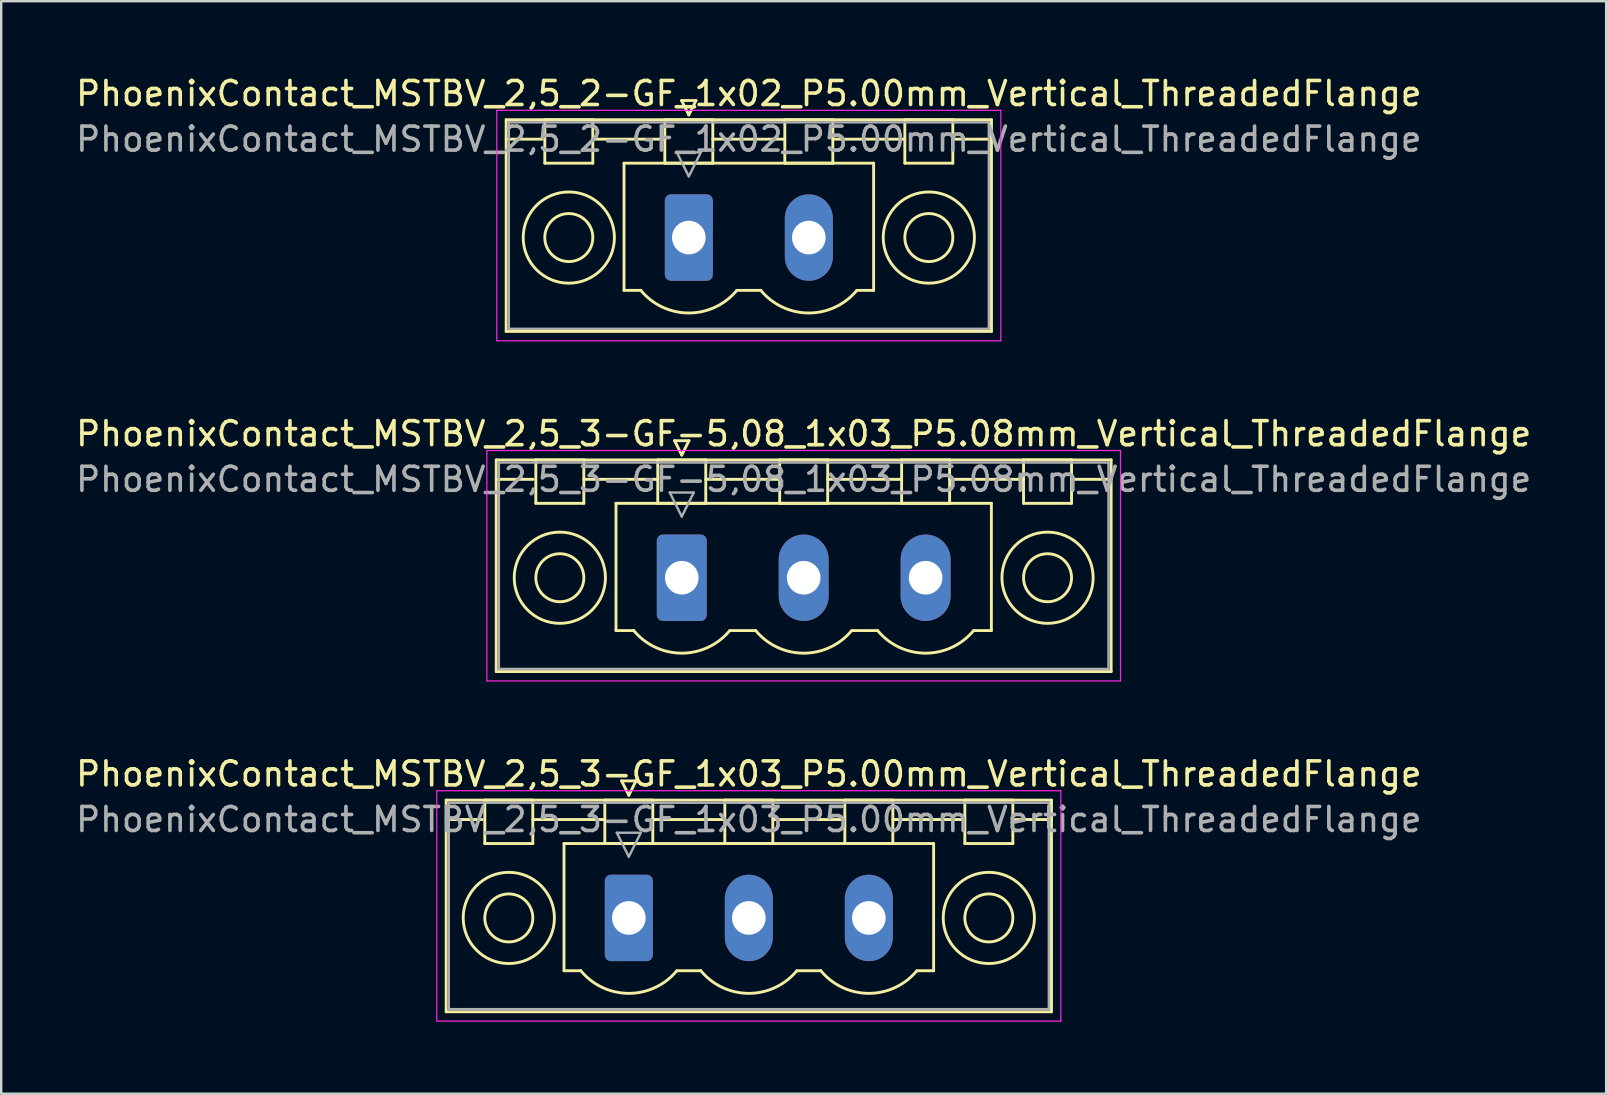
<source format=kicad_pcb>
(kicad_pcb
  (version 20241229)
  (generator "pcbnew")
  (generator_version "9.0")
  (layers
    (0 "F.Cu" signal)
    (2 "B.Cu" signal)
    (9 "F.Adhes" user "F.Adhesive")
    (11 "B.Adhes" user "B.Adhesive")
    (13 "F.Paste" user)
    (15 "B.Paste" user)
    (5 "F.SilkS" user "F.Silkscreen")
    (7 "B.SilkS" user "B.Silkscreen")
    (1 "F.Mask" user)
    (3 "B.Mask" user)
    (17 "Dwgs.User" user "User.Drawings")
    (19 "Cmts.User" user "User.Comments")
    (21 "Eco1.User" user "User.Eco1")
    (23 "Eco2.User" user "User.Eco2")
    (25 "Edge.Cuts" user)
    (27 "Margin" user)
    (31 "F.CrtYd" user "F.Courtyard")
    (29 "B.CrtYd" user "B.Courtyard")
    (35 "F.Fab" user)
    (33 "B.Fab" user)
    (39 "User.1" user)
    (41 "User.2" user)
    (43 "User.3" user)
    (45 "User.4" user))
  (footprint "PhoenixContact_MSTBV_2,5_2-GF_1x02_P5.00mm_Vertical_ThreadedFlange"
    (layer "F.Cu")
    (at 25.649 6.848)
    (property "Reference" "PhoenixContact_MSTBV_2,5_2-GF_1x02_P5.00mm_Vertical_ThreadedFlange" (at 2.5 -6 0) (layer "F.SilkS") (effects (font (size 1 1) (thickness 0.15))))
    (attr through_hole)
    (fp_line (start -7.61 -4.91) (end -7.61 3.91) (stroke (width 0.12) (type solid)) (layer "F.SilkS"))
    (fp_line (start -7.61 -4.1) (end -6.11 -4.1) (stroke (width 0.12) (type solid)) (layer "F.SilkS"))
    (fp_line (start -7.61 3.91) (end 12.61 3.91) (stroke (width 0.12) (type solid)) (layer "F.SilkS"))
    (fp_line (start -6 -4.91) (end -4 -4.91) (stroke (width 0.12) (type solid)) (layer "F.SilkS"))
    (fp_line (start -6 -3.1) (end -6 -4.91) (stroke (width 0.12) (type solid)) (layer "F.SilkS"))
    (fp_line (start -4 -4.91) (end -4 -3.1) (stroke (width 0.12) (type solid)) (layer "F.SilkS"))
    (fp_line (start -4 -4.1) (end -1 -4.1) (stroke (width 0.12) (type solid)) (layer "F.SilkS"))
    (fp_line (start -4 -3.1) (end -6 -3.1) (stroke (width 0.12) (type solid)) (layer "F.SilkS"))
    (fp_line (start -2.7 -3.1) (end 7.7 -3.1) (stroke (width 0.12) (type solid)) (layer "F.SilkS"))
    (fp_line (start -2.7 2.2) (end -2.7 -3.1) (stroke (width 0.12) (type solid)) (layer "F.SilkS"))
    (fp_line (start -2 2.2) (end -2.7 2.2) (stroke (width 0.12) (type solid)) (layer "F.SilkS"))
    (fp_line (start -1 -4.91) (end 1 -4.91) (stroke (width 0.12) (type solid)) (layer "F.SilkS"))
    (fp_line (start -1 -3.1) (end -1 -4.91) (stroke (width 0.12) (type solid)) (layer "F.SilkS"))
    (fp_line (start -0.3 -5.71) (end 0.3 -5.71) (stroke (width 0.12) (type solid)) (layer "F.SilkS"))
    (fp_line (start 0 -5.11) (end -0.3 -5.71) (stroke (width 0.12) (type solid)) (layer "F.SilkS"))
    (fp_line (start 0.3 -5.71) (end 0 -5.11) (stroke (width 0.12) (type solid)) (layer "F.SilkS"))
    (fp_line (start 1 -4.91) (end 1 -3.1) (stroke (width 0.12) (type solid)) (layer "F.SilkS"))
    (fp_line (start 1 -4.1) (end 4 -4.1) (stroke (width 0.12) (type solid)) (layer "F.SilkS"))
    (fp_line (start 1 -3.1) (end -1 -3.1) (stroke (width 0.12) (type solid)) (layer "F.SilkS"))
    (fp_line (start 2 2.2) (end 3 2.2) (stroke (width 0.12) (type solid)) (layer "F.SilkS"))
    (fp_line (start 4 -4.91) (end 6 -4.91) (stroke (width 0.12) (type solid)) (layer "F.SilkS"))
    (fp_line (start 4 -3.1) (end 4 -4.91) (stroke (width 0.12) (type solid)) (layer "F.SilkS"))
    (fp_line (start 6 -4.91) (end 6 -3.1) (stroke (width 0.12) (type solid)) (layer "F.SilkS"))
    (fp_line (start 6 -4.1) (end 9 -4.1) (stroke (width 0.12) (type solid)) (layer "F.SilkS"))
    (fp_line (start 6 -3.1) (end 4 -3.1) (stroke (width 0.12) (type solid)) (layer "F.SilkS"))
    (fp_line (start 7.7 -3.1) (end 7.7 2.2) (stroke (width 0.12) (type solid)) (layer "F.SilkS"))
    (fp_line (start 7.7 2.2) (end 7 2.2) (stroke (width 0.12) (type solid)) (layer "F.SilkS"))
    (fp_line (start 9 -4.91) (end 11 -4.91) (stroke (width 0.12) (type solid)) (layer "F.SilkS"))
    (fp_line (start 9 -3.1) (end 9 -4.91) (stroke (width 0.12) (type solid)) (layer "F.SilkS"))
    (fp_line (start 11 -4.91) (end 11 -3.1) (stroke (width 0.12) (type solid)) (layer "F.SilkS"))
    (fp_line (start 11 -3.1) (end 9 -3.1) (stroke (width 0.12) (type solid)) (layer "F.SilkS"))
    (fp_line (start 12.61 -4.91) (end -7.61 -4.91) (stroke (width 0.12) (type solid)) (layer "F.SilkS"))
    (fp_line (start 12.61 -4.1) (end 11.11 -4.1) (stroke (width 0.12) (type solid)) (layer "F.SilkS"))
    (fp_line (start 12.61 3.91) (end 12.61 -4.91) (stroke (width 0.12) (type solid)) (layer "F.SilkS"))
    (fp_arc (start 1.986842 2.215821) (mid -0.010289 3.142758) (end -2 2.2) (stroke (width 0.12) (type solid)) (layer "F.SilkS"))
    (fp_arc (start 6.986842 2.215821) (mid 4.989711 3.142758) (end 3 2.2) (stroke (width 0.12) (type solid)) (layer "F.SilkS"))
    (fp_circle (center -5 0) (end -4 0) (stroke (width 0.12) (type solid)) (fill no) (layer "F.SilkS"))
    (fp_circle (center -5 0) (end -3.1 0) (stroke (width 0.12) (type solid)) (fill no) (layer "F.SilkS"))
    (fp_circle (center 10 0) (end 11 0) (stroke (width 0.12) (type solid)) (fill no) (layer "F.SilkS"))
    (fp_circle (center 10 0) (end 11.9 0) (stroke (width 0.12) (type solid)) (fill no) (layer "F.SilkS"))
    (fp_line (start -8 -5.3) (end -8 4.3) (stroke (width 0.05) (type solid)) (layer "F.CrtYd"))
    (fp_line (start -8 4.3) (end 13 4.3) (stroke (width 0.05) (type solid)) (layer "F.CrtYd"))
    (fp_line (start 13 -5.3) (end -8 -5.3) (stroke (width 0.05) (type solid)) (layer "F.CrtYd"))
    (fp_line (start 13 4.3) (end 13 -5.3) (stroke (width 0.05) (type solid)) (layer "F.CrtYd"))
    (fp_line (start -7.5 -4.8) (end -7.5 3.8) (stroke (width 0.1) (type solid)) (layer "F.Fab"))
    (fp_line (start -7.5 3.8) (end 12.5 3.8) (stroke (width 0.1) (type solid)) (layer "F.Fab"))
    (fp_line (start -0.5 -3.55) (end 0.5 -3.55) (stroke (width 0.1) (type solid)) (layer "F.Fab"))
    (fp_line (start 0 -2.55) (end -0.5 -3.55) (stroke (width 0.1) (type solid)) (layer "F.Fab"))
    (fp_line (start 0.5 -3.55) (end 0 -2.55) (stroke (width 0.1) (type solid)) (layer "F.Fab"))
    (fp_line (start 12.5 -4.8) (end -7.5 -4.8) (stroke (width 0.1) (type solid)) (layer "F.Fab"))
    (fp_line (start 12.5 3.8) (end 12.5 -4.8) (stroke (width 0.1) (type solid)) (layer "F.Fab"))
    (fp_text user "${REFERENCE}" (at 2.5 -4.1 0) (layer "F.Fab") (effects (font (size 1 1) (thickness 0.15))))
    (pad "1" thru_hole roundrect (at 0 0) (size 2 3.6) (drill 1.4) (layers "*.Cu" "*.Mask") (roundrect_rratio 0.125))
    (pad "2" thru_hole oval (at 5 0) (size 2 3.6) (drill 1.4) (layers "*.Cu" "*.Mask")))
  (footprint "PhoenixContact_MSTBV_2,5_3-GF_1x03_P5.00mm_Vertical_ThreadedFlange"
    (layer "F.Cu")
    (at 23.149 35.195)
    (property "Reference" "PhoenixContact_MSTBV_2,5_3-GF_1x03_P5.00mm_Vertical_ThreadedFlange" (at 5 -6 0) (layer "F.SilkS") (effects (font (size 1 1) (thickness 0.15))))
    (attr through_hole)
    (fp_line (start -7.61 -4.91) (end -7.61 3.91) (stroke (width 0.12) (type solid)) (layer "F.SilkS"))
    (fp_line (start -7.61 -4.1) (end -6.11 -4.1) (stroke (width 0.12) (type solid)) (layer "F.SilkS"))
    (fp_line (start -7.61 3.91) (end 17.61 3.91) (stroke (width 0.12) (type solid)) (layer "F.SilkS"))
    (fp_line (start -6 -4.91) (end -4 -4.91) (stroke (width 0.12) (type solid)) (layer "F.SilkS"))
    (fp_line (start -6 -3.1) (end -6 -4.91) (stroke (width 0.12) (type solid)) (layer "F.SilkS"))
    (fp_line (start -4 -4.91) (end -4 -3.1) (stroke (width 0.12) (type solid)) (layer "F.SilkS"))
    (fp_line (start -4 -4.1) (end -1 -4.1) (stroke (width 0.12) (type solid)) (layer "F.SilkS"))
    (fp_line (start -4 -3.1) (end -6 -3.1) (stroke (width 0.12) (type solid)) (layer "F.SilkS"))
    (fp_line (start -2.7 -3.1) (end 12.7 -3.1) (stroke (width 0.12) (type solid)) (layer "F.SilkS"))
    (fp_line (start -2.7 2.2) (end -2.7 -3.1) (stroke (width 0.12) (type solid)) (layer "F.SilkS"))
    (fp_line (start -2 2.2) (end -2.7 2.2) (stroke (width 0.12) (type solid)) (layer "F.SilkS"))
    (fp_line (start -1 -4.91) (end 1 -4.91) (stroke (width 0.12) (type solid)) (layer "F.SilkS"))
    (fp_line (start -1 -3.1) (end -1 -4.91) (stroke (width 0.12) (type solid)) (layer "F.SilkS"))
    (fp_line (start -0.3 -5.71) (end 0.3 -5.71) (stroke (width 0.12) (type solid)) (layer "F.SilkS"))
    (fp_line (start 0 -5.11) (end -0.3 -5.71) (stroke (width 0.12) (type solid)) (layer "F.SilkS"))
    (fp_line (start 0.3 -5.71) (end 0 -5.11) (stroke (width 0.12) (type solid)) (layer "F.SilkS"))
    (fp_line (start 1 -4.91) (end 1 -3.1) (stroke (width 0.12) (type solid)) (layer "F.SilkS"))
    (fp_line (start 1 -4.1) (end 4 -4.1) (stroke (width 0.12) (type solid)) (layer "F.SilkS"))
    (fp_line (start 1 -3.1) (end -1 -3.1) (stroke (width 0.12) (type solid)) (layer "F.SilkS"))
    (fp_line (start 2 2.2) (end 3 2.2) (stroke (width 0.12) (type solid)) (layer "F.SilkS"))
    (fp_line (start 4 -4.91) (end 6 -4.91) (stroke (width 0.12) (type solid)) (layer "F.SilkS"))
    (fp_line (start 4 -3.1) (end 4 -4.91) (stroke (width 0.12) (type solid)) (layer "F.SilkS"))
    (fp_line (start 6 -4.91) (end 6 -3.1) (stroke (width 0.12) (type solid)) (layer "F.SilkS"))
    (fp_line (start 6 -4.1) (end 9 -4.1) (stroke (width 0.12) (type solid)) (layer "F.SilkS"))
    (fp_line (start 6 -3.1) (end 4 -3.1) (stroke (width 0.12) (type solid)) (layer "F.SilkS"))
    (fp_line (start 7 2.2) (end 8 2.2) (stroke (width 0.12) (type solid)) (layer "F.SilkS"))
    (fp_line (start 9 -4.91) (end 11 -4.91) (stroke (width 0.12) (type solid)) (layer "F.SilkS"))
    (fp_line (start 9 -3.1) (end 9 -4.91) (stroke (width 0.12) (type solid)) (layer "F.SilkS"))
    (fp_line (start 11 -4.91) (end 11 -3.1) (stroke (width 0.12) (type solid)) (layer "F.SilkS"))
    (fp_line (start 11 -4.1) (end 14 -4.1) (stroke (width 0.12) (type solid)) (layer "F.SilkS"))
    (fp_line (start 11 -3.1) (end 9 -3.1) (stroke (width 0.12) (type solid)) (layer "F.SilkS"))
    (fp_line (start 12.7 -3.1) (end 12.7 2.2) (stroke (width 0.12) (type solid)) (layer "F.SilkS"))
    (fp_line (start 12.7 2.2) (end 12 2.2) (stroke (width 0.12) (type solid)) (layer "F.SilkS"))
    (fp_line (start 14 -4.91) (end 16 -4.91) (stroke (width 0.12) (type solid)) (layer "F.SilkS"))
    (fp_line (start 14 -3.1) (end 14 -4.91) (stroke (width 0.12) (type solid)) (layer "F.SilkS"))
    (fp_line (start 16 -4.91) (end 16 -3.1) (stroke (width 0.12) (type solid)) (layer "F.SilkS"))
    (fp_line (start 16 -3.1) (end 14 -3.1) (stroke (width 0.12) (type solid)) (layer "F.SilkS"))
    (fp_line (start 17.61 -4.91) (end -7.61 -4.91) (stroke (width 0.12) (type solid)) (layer "F.SilkS"))
    (fp_line (start 17.61 -4.1) (end 16.11 -4.1) (stroke (width 0.12) (type solid)) (layer "F.SilkS"))
    (fp_line (start 17.61 3.91) (end 17.61 -4.91) (stroke (width 0.12) (type solid)) (layer "F.SilkS"))
    (fp_arc (start 1.986842 2.215821) (mid -0.010289 3.142758) (end -2 2.2) (stroke (width 0.12) (type solid)) (layer "F.SilkS"))
    (fp_arc (start 6.986842 2.215821) (mid 4.989711 3.142758) (end 3 2.2) (stroke (width 0.12) (type solid)) (layer "F.SilkS"))
    (fp_arc (start 11.986842 2.215821) (mid 9.989711 3.142758) (end 8 2.2) (stroke (width 0.12) (type solid)) (layer "F.SilkS"))
    (fp_circle (center -5 0) (end -4 0) (stroke (width 0.12) (type solid)) (fill no) (layer "F.SilkS"))
    (fp_circle (center -5 0) (end -3.1 0) (stroke (width 0.12) (type solid)) (fill no) (layer "F.SilkS"))
    (fp_circle (center 15 0) (end 16 0) (stroke (width 0.12) (type solid)) (fill no) (layer "F.SilkS"))
    (fp_circle (center 15 0) (end 16.9 0) (stroke (width 0.12) (type solid)) (fill no) (layer "F.SilkS"))
    (fp_line (start -8 -5.3) (end -8 4.3) (stroke (width 0.05) (type solid)) (layer "F.CrtYd"))
    (fp_line (start -8 4.3) (end 18 4.3) (stroke (width 0.05) (type solid)) (layer "F.CrtYd"))
    (fp_line (start 18 -5.3) (end -8 -5.3) (stroke (width 0.05) (type solid)) (layer "F.CrtYd"))
    (fp_line (start 18 4.3) (end 18 -5.3) (stroke (width 0.05) (type solid)) (layer "F.CrtYd"))
    (fp_line (start -7.5 -4.8) (end -7.5 3.8) (stroke (width 0.1) (type solid)) (layer "F.Fab"))
    (fp_line (start -7.5 3.8) (end 17.5 3.8) (stroke (width 0.1) (type solid)) (layer "F.Fab"))
    (fp_line (start -0.5 -3.55) (end 0.5 -3.55) (stroke (width 0.1) (type solid)) (layer "F.Fab"))
    (fp_line (start 0 -2.55) (end -0.5 -3.55) (stroke (width 0.1) (type solid)) (layer "F.Fab"))
    (fp_line (start 0.5 -3.55) (end 0 -2.55) (stroke (width 0.1) (type solid)) (layer "F.Fab"))
    (fp_line (start 17.5 -4.8) (end -7.5 -4.8) (stroke (width 0.1) (type solid)) (layer "F.Fab"))
    (fp_line (start 17.5 3.8) (end 17.5 -4.8) (stroke (width 0.1) (type solid)) (layer "F.Fab"))
    (fp_text user "${REFERENCE}" (at 5 -4.1 0) (layer "F.Fab") (effects (font (size 1 1) (thickness 0.15))))
    (pad "1" thru_hole roundrect (at 0 0) (size 2 3.6) (drill 1.4) (layers "*.Cu" "*.Mask") (roundrect_rratio 0.125))
    (pad "2" thru_hole oval (at 5 0) (size 2 3.6) (drill 1.4) (layers "*.Cu" "*.Mask"))
    (pad "3" thru_hole oval (at 10 0) (size 2 3.6) (drill 1.4) (layers "*.Cu" "*.Mask")))
  (footprint "PhoenixContact_MSTBV_2,5_3-GF-5,08_1x03_P5.08mm_Vertical_ThreadedFlange"
    (layer "F.Cu")
    (at 25.355 21.021)
    (property "Reference" "PhoenixContact_MSTBV_2,5_3-GF-5,08_1x03_P5.08mm_Vertical_ThreadedFlange" (at 5.08 -6 0) (layer "F.SilkS") (effects (font (size 1 1) (thickness 0.15))))
    (attr through_hole)
    (fp_line (start -7.73 -4.91) (end -7.73 3.91) (stroke (width 0.12) (type solid)) (layer "F.SilkS"))
    (fp_line (start -7.73 -4.1) (end -6.19 -4.1) (stroke (width 0.12) (type solid)) (layer "F.SilkS"))
    (fp_line (start -7.73 3.91) (end 17.89 3.91) (stroke (width 0.12) (type solid)) (layer "F.SilkS"))
    (fp_line (start -6.08 -4.91) (end -4.08 -4.91) (stroke (width 0.12) (type solid)) (layer "F.SilkS"))
    (fp_line (start -6.08 -3.1) (end -6.08 -4.91) (stroke (width 0.12) (type solid)) (layer "F.SilkS"))
    (fp_line (start -4.08 -4.91) (end -4.08 -3.1) (stroke (width 0.12) (type solid)) (layer "F.SilkS"))
    (fp_line (start -4.08 -4.1) (end -1 -4.1) (stroke (width 0.12) (type solid)) (layer "F.SilkS"))
    (fp_line (start -4.08 -3.1) (end -6.08 -3.1) (stroke (width 0.12) (type solid)) (layer "F.SilkS"))
    (fp_line (start -2.74 -3.1) (end 12.9 -3.1) (stroke (width 0.12) (type solid)) (layer "F.SilkS"))
    (fp_line (start -2.74 2.2) (end -2.74 -3.1) (stroke (width 0.12) (type solid)) (layer "F.SilkS"))
    (fp_line (start -2 2.2) (end -2.74 2.2) (stroke (width 0.12) (type solid)) (layer "F.SilkS"))
    (fp_line (start -1 -4.91) (end 1 -4.91) (stroke (width 0.12) (type solid)) (layer "F.SilkS"))
    (fp_line (start -1 -3.1) (end -1 -4.91) (stroke (width 0.12) (type solid)) (layer "F.SilkS"))
    (fp_line (start -0.3 -5.71) (end 0.3 -5.71) (stroke (width 0.12) (type solid)) (layer "F.SilkS"))
    (fp_line (start 0 -5.11) (end -0.3 -5.71) (stroke (width 0.12) (type solid)) (layer "F.SilkS"))
    (fp_line (start 0.3 -5.71) (end 0 -5.11) (stroke (width 0.12) (type solid)) (layer "F.SilkS"))
    (fp_line (start 1 -4.91) (end 1 -3.1) (stroke (width 0.12) (type solid)) (layer "F.SilkS"))
    (fp_line (start 1 -4.1) (end 4.08 -4.1) (stroke (width 0.12) (type solid)) (layer "F.SilkS"))
    (fp_line (start 1 -3.1) (end -1 -3.1) (stroke (width 0.12) (type solid)) (layer "F.SilkS"))
    (fp_line (start 2 2.2) (end 3.08 2.2) (stroke (width 0.12) (type solid)) (layer "F.SilkS"))
    (fp_line (start 4.08 -4.91) (end 6.08 -4.91) (stroke (width 0.12) (type solid)) (layer "F.SilkS"))
    (fp_line (start 4.08 -3.1) (end 4.08 -4.91) (stroke (width 0.12) (type solid)) (layer "F.SilkS"))
    (fp_line (start 6.08 -4.91) (end 6.08 -3.1) (stroke (width 0.12) (type solid)) (layer "F.SilkS"))
    (fp_line (start 6.08 -4.1) (end 9.16 -4.1) (stroke (width 0.12) (type solid)) (layer "F.SilkS"))
    (fp_line (start 6.08 -3.1) (end 4.08 -3.1) (stroke (width 0.12) (type solid)) (layer "F.SilkS"))
    (fp_line (start 7.08 2.2) (end 8.16 2.2) (stroke (width 0.12) (type solid)) (layer "F.SilkS"))
    (fp_line (start 9.16 -4.91) (end 11.16 -4.91) (stroke (width 0.12) (type solid)) (layer "F.SilkS"))
    (fp_line (start 9.16 -3.1) (end 9.16 -4.91) (stroke (width 0.12) (type solid)) (layer "F.SilkS"))
    (fp_line (start 11.16 -4.91) (end 11.16 -3.1) (stroke (width 0.12) (type solid)) (layer "F.SilkS"))
    (fp_line (start 11.16 -4.1) (end 14.24 -4.1) (stroke (width 0.12) (type solid)) (layer "F.SilkS"))
    (fp_line (start 11.16 -3.1) (end 9.16 -3.1) (stroke (width 0.12) (type solid)) (layer "F.SilkS"))
    (fp_line (start 12.9 -3.1) (end 12.9 2.2) (stroke (width 0.12) (type solid)) (layer "F.SilkS"))
    (fp_line (start 12.9 2.2) (end 12.16 2.2) (stroke (width 0.12) (type solid)) (layer "F.SilkS"))
    (fp_line (start 14.24 -4.91) (end 16.24 -4.91) (stroke (width 0.12) (type solid)) (layer "F.SilkS"))
    (fp_line (start 14.24 -3.1) (end 14.24 -4.91) (stroke (width 0.12) (type solid)) (layer "F.SilkS"))
    (fp_line (start 16.24 -4.91) (end 16.24 -3.1) (stroke (width 0.12) (type solid)) (layer "F.SilkS"))
    (fp_line (start 16.24 -3.1) (end 14.24 -3.1) (stroke (width 0.12) (type solid)) (layer "F.SilkS"))
    (fp_line (start 17.89 -4.91) (end -7.73 -4.91) (stroke (width 0.12) (type solid)) (layer "F.SilkS"))
    (fp_line (start 17.89 -4.1) (end 16.35 -4.1) (stroke (width 0.12) (type solid)) (layer "F.SilkS"))
    (fp_line (start 17.89 3.91) (end 17.89 -4.91) (stroke (width 0.12) (type solid)) (layer "F.SilkS"))
    (fp_arc (start 1.986842 2.215821) (mid -0.010289 3.142758) (end -2 2.2) (stroke (width 0.12) (type solid)) (layer "F.SilkS"))
    (fp_arc (start 7.066842 2.215821) (mid 5.069711 3.142758) (end 3.08 2.2) (stroke (width 0.12) (type solid)) (layer "F.SilkS"))
    (fp_arc (start 12.146842 2.215821) (mid 10.149711 3.142758) (end 8.16 2.2) (stroke (width 0.12) (type solid)) (layer "F.SilkS"))
    (fp_circle (center -5.08 0) (end -4.08 0) (stroke (width 0.12) (type solid)) (fill no) (layer "F.SilkS"))
    (fp_circle (center -5.08 0) (end -3.18 0) (stroke (width 0.12) (type solid)) (fill no) (layer "F.SilkS"))
    (fp_circle (center 15.24 0) (end 16.24 0) (stroke (width 0.12) (type solid)) (fill no) (layer "F.SilkS"))
    (fp_circle (center 15.24 0) (end 17.14 0) (stroke (width 0.12) (type solid)) (fill no) (layer "F.SilkS"))
    (fp_line (start -8.12 -5.3) (end -8.12 4.3) (stroke (width 0.05) (type solid)) (layer "F.CrtYd"))
    (fp_line (start -8.12 4.3) (end 18.28 4.3) (stroke (width 0.05) (type solid)) (layer "F.CrtYd"))
    (fp_line (start 18.28 -5.3) (end -8.12 -5.3) (stroke (width 0.05) (type solid)) (layer "F.CrtYd"))
    (fp_line (start 18.28 4.3) (end 18.28 -5.3) (stroke (width 0.05) (type solid)) (layer "F.CrtYd"))
    (fp_line (start -7.62 -4.8) (end -7.62 3.8) (stroke (width 0.1) (type solid)) (layer "F.Fab"))
    (fp_line (start -7.62 3.8) (end 17.78 3.8) (stroke (width 0.1) (type solid)) (layer "F.Fab"))
    (fp_line (start -0.5 -3.55) (end 0.5 -3.55) (stroke (width 0.1) (type solid)) (layer "F.Fab"))
    (fp_line (start 0 -2.55) (end -0.5 -3.55) (stroke (width 0.1) (type solid)) (layer "F.Fab"))
    (fp_line (start 0.5 -3.55) (end 0 -2.55) (stroke (width 0.1) (type solid)) (layer "F.Fab"))
    (fp_line (start 17.78 -4.8) (end -7.62 -4.8) (stroke (width 0.1) (type solid)) (layer "F.Fab"))
    (fp_line (start 17.78 3.8) (end 17.78 -4.8) (stroke (width 0.1) (type solid)) (layer "F.Fab"))
    (fp_text user "${REFERENCE}" (at 5.08 -4.1 0) (layer "F.Fab") (effects (font (size 1 1) (thickness 0.15))))
    (pad "1" thru_hole roundrect (at 0 0) (size 2.08 3.6) (drill 1.4) (layers "*.Cu" "*.Mask") (roundrect_rratio 0.12))
    (pad "2" thru_hole oval (at 5.08 0) (size 2.08 3.6) (drill 1.4) (layers "*.Cu" "*.Mask"))
    (pad "3" thru_hole oval (at 10.16 0) (size 2.08 3.6) (drill 1.4) (layers "*.Cu" "*.Mask")))
  (gr_rect
    (start -3 -3)
    (end 63.869 42.52)
    (stroke (width 0.1) (type default))
    (fill no)
    (layer "Edge.Cuts")))
</source>
